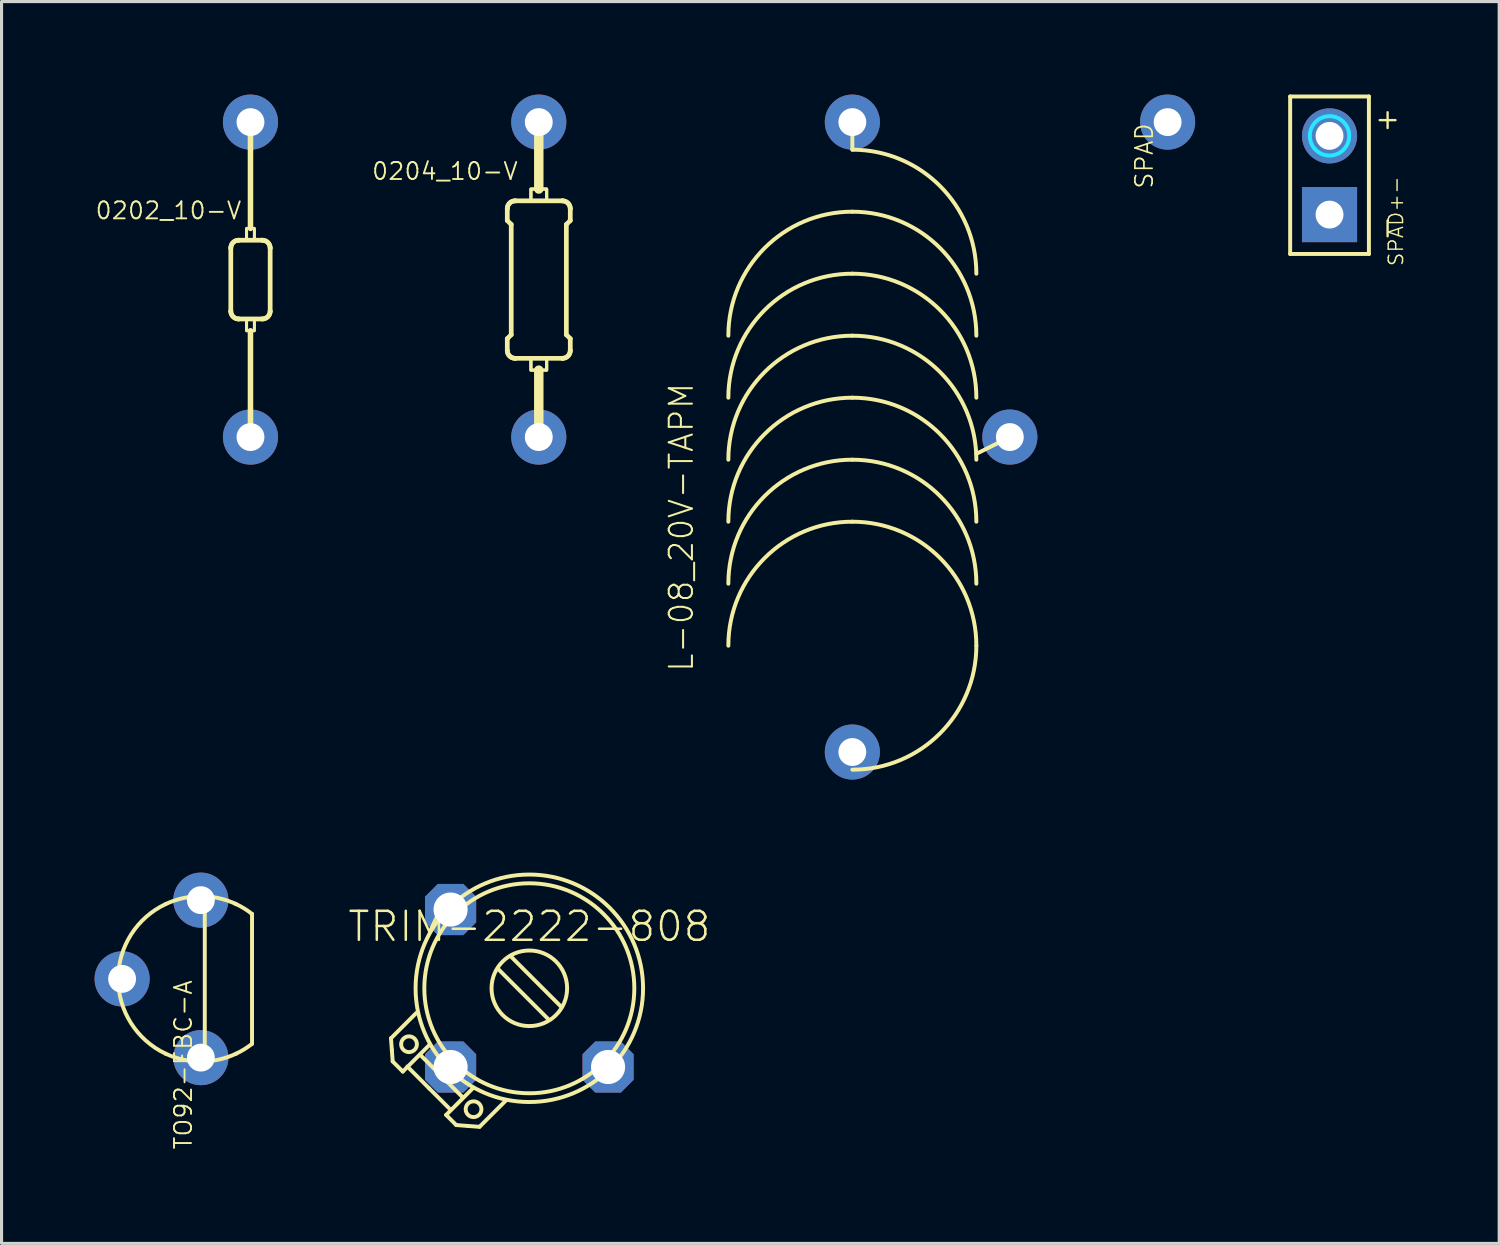
<source format=kicad_pcb>
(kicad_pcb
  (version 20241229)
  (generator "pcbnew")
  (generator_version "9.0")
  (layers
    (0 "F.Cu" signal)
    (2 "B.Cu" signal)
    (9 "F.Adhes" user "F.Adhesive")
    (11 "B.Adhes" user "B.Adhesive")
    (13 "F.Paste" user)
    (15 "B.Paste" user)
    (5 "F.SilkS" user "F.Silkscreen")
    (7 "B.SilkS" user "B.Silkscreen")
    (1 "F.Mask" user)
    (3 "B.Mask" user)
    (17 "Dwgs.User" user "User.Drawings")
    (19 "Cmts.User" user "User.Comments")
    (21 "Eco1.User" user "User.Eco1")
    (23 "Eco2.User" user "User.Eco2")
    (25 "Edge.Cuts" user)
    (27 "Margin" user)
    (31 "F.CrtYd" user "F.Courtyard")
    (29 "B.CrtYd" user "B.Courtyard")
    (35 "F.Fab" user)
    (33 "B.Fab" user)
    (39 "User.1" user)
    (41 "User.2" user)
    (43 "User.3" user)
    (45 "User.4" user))
  (footprint "SPAD+-"
    (layer "F.Cu")
    (at 39.838 2.603)
    (property "Reference" "SPAD+-" (at 1.873 0 90) (layer "F.SilkS") (effects (font (size 0.462 0.462) (thickness 0.046)) (justify right top)))
    (fp_line (start -1.27 -2.54) (end -1.27 2.54) (stroke (width 0.127) (type solid)) (layer "F.SilkS"))
    (fp_line (start -1.27 2.54) (end 1.27 2.54) (stroke (width 0.127) (type solid)) (layer "F.SilkS"))
    (fp_line (start 1.27 -2.54) (end -1.27 -2.54) (stroke (width 0.127) (type solid)) (layer "F.SilkS"))
    (fp_line (start 1.27 2.54) (end 1.27 -2.54) (stroke (width 0.127) (type solid)) (layer "F.SilkS"))
    (fp_line (start 1.619 -1.778) (end 2.127 -1.778) (stroke (width 0.076) (type solid)) (layer "F.SilkS"))
    (fp_line (start 1.873 -1.524) (end 1.873 -2.032) (stroke (width 0.076) (type solid)) (layer "F.SilkS"))
    (fp_line (start 1.873 1.968) (end 1.873 1.46) (stroke (width 0.076) (type solid)) (layer "F.SilkS"))
    (fp_circle (center 0 -1.27) (end 0.635 -1.27) (stroke (width 0.127) (type solid)) (fill no) (layer "B.CrtYd"))
    (pad "1" thru_hole rect (at 0 1.27) (size 1.778 1.778) (drill 0.9) (layers "*.Cu"))
    (pad "2" thru_hole circle (at 0 -1.27) (size 1.778 1.778) (drill 0.9) (layers "*.Cu")))
  (footprint "TO92-EBC-A"
    (layer "F.Cu")
    (at 3.429 28.527)
    (property "Reference" "TO92-EBC-A" (at -0.889 0 90) (layer "F.SilkS") (effects (font (size 0.549 0.549) (thickness 0.061)) (justify right top)))
    (fp_line (start 0.127 -2.664) (end 0.127 2.664) (stroke (width 0.127) (type solid)) (layer "F.SilkS"))
    (fp_line (start 1.651 2.095) (end 1.651 -2.095) (stroke (width 0.127) (type solid)) (layer "F.SilkS"))
    (fp_arc (start -1.1359 -2.413) (mid -0.519825 -2.615858) (end 0.127 -2.664) (stroke (width 0.127) (type solid)) (layer "F.SilkS"))
    (fp_arc (start -1.1359 2.413) (mid -2.666986 0.000001) (end -1.135901 -2.412999) (stroke (width 0.127) (type solid)) (layer "F.SilkS"))
    (fp_arc (start 0.127 -2.664) (mid 0.643799 -2.588137) (end 1.1359 -2.413) (stroke (width 0.127) (type solid)) (layer "F.SilkS"))
    (fp_arc (start 0.127 2.664) (mid -0.519825 2.615858) (end -1.1359 2.413) (stroke (width 0.127) (type solid)) (layer "F.SilkS"))
    (fp_arc (start 1.1118 -2.4247) (mid 1.391201 -2.275878) (end 1.651 -2.095) (stroke (width 0.127) (type solid)) (layer "F.SilkS"))
    (fp_arc (start 1.1359 2.413) (mid 0.643799 2.588137) (end 0.127 2.664) (stroke (width 0.127) (type solid)) (layer "F.SilkS"))
    (fp_arc (start 1.651 2.095) (mid 1.40252 2.268918) (end 1.1359 2.4135) (stroke (width 0.127) (type solid)) (layer "F.SilkS"))
    (pad "B" thru_hole circle (at -2.54 0 180) (size 1.778 1.778) (drill 0.9) (layers "*.Cu" "*.Mask"))
    (pad "C" thru_hole circle (at 0 -2.54 180) (size 1.778 1.778) (drill 0.9) (layers "*.Cu" "*.Mask"))
    (pad "E" thru_hole circle (at 0 2.54 180) (size 1.778 1.778) (drill 0.9) (layers "*.Cu" "*.Mask")))
  (footprint "0202_10-V"
    (layer "F.Cu")
    (at 5.03 5.969)
    (property "Reference" "0202_10-V" (at -0.254 -1.905 0) (layer "F.SilkS") (effects (font (size 0.549 0.549) (thickness 0.061)) (justify right bottom)))
    (fp_line (start -0.635 -1.016) (end -0.635 1.016) (stroke (width 0.152) (type solid)) (layer "F.SilkS"))
    (fp_line (start 0 -5.08) (end 0 -1.651) (stroke (width 0.178) (type solid)) (layer "F.SilkS"))
    (fp_line (start 0 5.08) (end 0 1.651) (stroke (width 0.178) (type solid)) (layer "F.SilkS"))
    (fp_line (start 0.381 -1.27) (end -0.381 -1.27) (stroke (width 0.152) (type solid)) (layer "F.SilkS"))
    (fp_line (start 0.381 1.27) (end -0.381 1.27) (stroke (width 0.152) (type solid)) (layer "F.SilkS"))
    (fp_line (start 0.635 -1.016) (end 0.635 1.016) (stroke (width 0.152) (type solid)) (layer "F.SilkS"))
    (fp_arc (start -0.635 -1.016) (mid -0.560605 -1.195605) (end -0.381 -1.27) (stroke (width 0.1524) (type solid)) (layer "F.SilkS"))
    (fp_arc (start -0.635 -1.016) (mid -0.560605 -1.195605) (end -0.381 -1.27) (stroke (width 0.1524) (type solid)) (layer "F.SilkS"))
    (fp_arc (start -0.381 1.27) (mid -0.560605 1.195605) (end -0.635 1.016) (stroke (width 0.1524) (type solid)) (layer "F.SilkS"))
    (fp_arc (start -0.381 1.27) (mid -0.560605 1.195605) (end -0.635 1.016) (stroke (width 0.1524) (type solid)) (layer "F.SilkS"))
    (fp_arc (start 0.381 -1.27) (mid 0.560605 -1.195605) (end 0.635 -1.016) (stroke (width 0.1524) (type solid)) (layer "F.SilkS"))
    (fp_arc (start 0.381 -1.27) (mid 0.560605 -1.195605) (end 0.635 -1.016) (stroke (width 0.1524) (type solid)) (layer "F.SilkS"))
    (fp_arc (start 0.635 1.016) (mid 0.560605 1.195605) (end 0.381 1.27) (stroke (width 0.1524) (type solid)) (layer "F.SilkS"))
    (fp_arc (start 0.635 1.016) (mid 0.560605 1.195605) (end 0.381 1.27) (stroke (width 0.1524) (type solid)) (layer "F.SilkS"))
    (fp_poly (pts (xy 0.127 -1.27) (xy 0.127 -1.651) (xy -0.127 -1.651) (xy -0.127 -1.27)) (stroke (width 0.1) (type solid)) (fill no) (layer "F.SilkS"))
    (fp_poly (pts (xy 0.127 1.651) (xy 0.127 1.27) (xy -0.127 1.27) (xy -0.127 1.651)) (stroke (width 0.1) (type solid)) (fill no) (layer "F.SilkS"))
    (pad "1" thru_hole circle (at 0 -5.08) (size 1.778 1.778) (drill 0.9) (layers "*.Cu" "*.Mask"))
    (pad "2" thru_hole circle (at 0 5.08) (size 1.778 1.778) (drill 0.9) (layers "*.Cu" "*.Mask")))
  (footprint "L-08_20V-TAPM"
    (layer "F.Cu")
    (at 24.445 11.049)
    (property "Reference" "L-08_20V-TAPM" (at -5.08 7.62 90) (layer "F.SilkS") (effects (font (size 0.748 0.748) (thickness 0.065)) (justify left bottom)))
    (fp_line (start 0 -10.16) (end 0 -9.27) (stroke (width 0.127) (type solid)) (layer "F.SilkS"))
    (fp_line (start 5.08 0) (end 4 0.54) (stroke (width 0.127) (type solid)) (layer "F.SilkS"))
    (fp_arc (start -4.000001 -1.269999) (mid -2.828428 -4.098427) (end 0 -5.27) (stroke (width 0.127) (type solid)) (layer "F.SilkS"))
    (fp_arc (start -4 -3.27) (mid -2.828427 -6.098427) (end 0 -7.27) (stroke (width 0.127) (type solid)) (layer "F.SilkS"))
    (fp_arc (start -4 0.73) (mid -2.828427 -2.098427) (end 0 -3.27) (stroke (width 0.127) (type solid)) (layer "F.SilkS"))
    (fp_arc (start -4 2.73) (mid -2.828427 -0.098427) (end 0 -1.27) (stroke (width 0.127) (type solid)) (layer "F.SilkS"))
    (fp_arc (start -4 4.73) (mid -2.828427 1.901573) (end 0 0.73) (stroke (width 0.127) (type solid)) (layer "F.SilkS"))
    (fp_arc (start -4 6.73) (mid -2.828427 3.901573) (end 0 2.73) (stroke (width 0.127) (type solid)) (layer "F.SilkS"))
    (fp_arc (start 0 -9.27) (mid 2.828427 -8.098427) (end 4 -5.27) (stroke (width 0.127) (type solid)) (layer "F.SilkS"))
    (fp_arc (start 0 -7.27) (mid 2.828427 -6.098427) (end 4 -3.27) (stroke (width 0.127) (type solid)) (layer "F.SilkS"))
    (fp_arc (start 0 -5.27) (mid 2.828428 -4.098427) (end 4.000001 -1.269999) (stroke (width 0.127) (type solid)) (layer "F.SilkS"))
    (fp_arc (start 0 -3.27) (mid 2.828427 -2.098427) (end 4 0.73) (stroke (width 0.127) (type solid)) (layer "F.SilkS"))
    (fp_arc (start 0 -1.27) (mid 2.828427 -0.098427) (end 4 2.73) (stroke (width 0.127) (type solid)) (layer "F.SilkS"))
    (fp_arc (start 0 0.73) (mid 2.828427 1.901573) (end 4 4.73) (stroke (width 0.127) (type solid)) (layer "F.SilkS"))
    (fp_arc (start 0 2.73) (mid 2.828427 3.901573) (end 4 6.73) (stroke (width 0.127) (type solid)) (layer "F.SilkS"))
    (fp_arc (start 4 6.73) (mid 2.828427 9.558427) (end 0 10.73) (stroke (width 0.127) (type solid)) (layer "F.SilkS"))
    (pad "1" thru_hole circle (at 0 -10.16) (size 1.778 1.778) (drill 0.9) (layers "*.Cu" "*.Mask"))
    (pad "2" thru_hole circle (at 0 10.16) (size 1.778 1.778) (drill 0.9) (layers "*.Cu" "*.Mask"))
    (pad "T" thru_hole circle (at 5.08 0) (size 1.778 1.778) (drill 0.9) (layers "*.Cu" "*.Mask")))
  (footprint "SPAD"
    (layer "F.Cu")
    (at 34.615 0.889)
    (property "Reference" "SPAD" (at -1.079 0 90) (layer "F.SilkS") (effects (font (size 0.555 0.555) (thickness 0.055)) (justify right top)))
    (pad "1" thru_hole circle (at 0 0) (size 1.778 1.778) (drill 0.9) (layers "*.Cu")))
  (footprint "TRIM-2222-808"
    (layer "F.Cu")
    (at 14.025 28.83)
    (property "Reference" "TRIM-2222-808" (at 0 -2.54 0) (layer "F.SilkS") (effects (font (size 0.935 0.935) (thickness 0.081)) (justify top)))
    (fp_line (start -4.463 1.613) (end -4.435 1.987) (stroke (width 0.127) (type solid)) (layer "F.SilkS"))
    (fp_line (start -4.435 1.987) (end -4.408 2.36) (stroke (width 0.127) (type solid)) (layer "F.SilkS"))
    (fp_line (start -4.408 2.36) (end -4.082 2.686) (stroke (width 0.127) (type solid)) (layer "F.SilkS"))
    (fp_line (start -4.082 2.686) (end -3.232 1.836) (stroke (width 0.127) (type solid)) (layer "F.SilkS"))
    (fp_line (start -3.934 2.525) (end -3.228 3.231) (stroke (width 0.127) (type solid)) (layer "F.SilkS"))
    (fp_line (start -3.648 0.798) (end -4.463 1.613) (stroke (width 0.127) (type solid)) (layer "F.SilkS"))
    (fp_line (start -3.523 2.144) (end -2.149 3.518) (stroke (width 0.127) (type solid)) (layer "F.SilkS"))
    (fp_line (start -2.683 4.086) (end -2.357 4.412) (stroke (width 0.127) (type solid)) (layer "F.SilkS"))
    (fp_line (start -2.585 3.874) (end -3.228 3.231) (stroke (width 0.127) (type solid)) (layer "F.SilkS"))
    (fp_line (start -2.357 4.412) (end -1.982 4.441) (stroke (width 0.127) (type solid)) (layer "F.SilkS"))
    (fp_line (start -1.982 4.441) (end -1.607 4.469) (stroke (width 0.127) (type solid)) (layer "F.SilkS"))
    (fp_line (start -1.833 3.236) (end -2.683 4.086) (stroke (width 0.127) (type solid)) (layer "F.SilkS"))
    (fp_line (start -1.607 4.469) (end -0.751 3.614) (stroke (width 0.127) (type solid)) (layer "F.SilkS"))
    (fp_line (start 0.634 1.018) (end -1.019 -0.635) (stroke (width 0.127) (type solid)) (layer "F.SilkS"))
    (fp_line (start 1.042 0.611) (end -0.611 -1.042) (stroke (width 0.127) (type solid)) (layer "F.SilkS"))
    (fp_circle (center -3.881 1.805) (end -3.627 1.805) (stroke (width 0.127) (type solid)) (fill no) (layer "F.SilkS"))
    (fp_circle (center -1.799 3.901) (end -1.545 3.901) (stroke (width 0.127) (type solid)) (fill no) (layer "F.SilkS"))
    (fp_circle (center 0 0) (end 1.219 0) (stroke (width 0.127) (type solid)) (fill no) (layer "F.SilkS"))
    (fp_circle (center 0 0) (end 3.387 0) (stroke (width 0.127) (type solid)) (fill no) (layer "F.SilkS"))
    (fp_circle (center 0 0) (end 3.669 0) (stroke (width 0.127) (type solid)) (fill no) (layer "F.SilkS"))
    (pad "1" thru_hole roundrect (at -2.54 -2.54) (size 1.65 1.65) (drill 1.1) (layers "*.Cu" "*.Mask") (roundrect_rratio 0.25) (chamfer_ratio 0.25) (chamfer top_left top_right bottom_left bottom_right))
    (pad "2" thru_hole roundrect (at -2.54 2.54) (size 1.65 1.65) (drill 1.1) (layers "*.Cu" "*.Mask") (roundrect_rratio 0.25) (chamfer_ratio 0.25) (chamfer top_left top_right bottom_left bottom_right))
    (pad "3" thru_hole roundrect (at 2.54 2.54) (size 1.65 1.65) (drill 1.1) (layers "*.Cu" "*.Mask") (roundrect_rratio 0.25) (chamfer_ratio 0.25) (chamfer top_left top_right bottom_left bottom_right)))
  (footprint "0204_10-V"
    (layer "F.Cu")
    (at 14.33 5.969)
    (property "Reference" "0204_10-V" (at -0.635 -3.175 0) (layer "F.SilkS") (effects (font (size 0.549 0.549) (thickness 0.061)) (justify right bottom)))
    (fp_line (start -1.016 -2.286) (end -1.016 -1.905) (stroke (width 0.152) (type solid)) (layer "F.SilkS"))
    (fp_line (start -1.016 2.286) (end -1.016 1.905) (stroke (width 0.152) (type solid)) (layer "F.SilkS"))
    (fp_line (start -0.889 -1.778) (end -1.016 -1.905) (stroke (width 0.152) (type solid)) (layer "F.SilkS"))
    (fp_line (start -0.889 1.778) (end -1.016 1.905) (stroke (width 0.152) (type solid)) (layer "F.SilkS"))
    (fp_line (start -0.889 1.778) (end -0.889 -1.778) (stroke (width 0.152) (type solid)) (layer "F.SilkS"))
    (fp_line (start -0.762 -2.54) (end 0.762 -2.54) (stroke (width 0.152) (type solid)) (layer "F.SilkS"))
    (fp_line (start -0.762 2.54) (end 0.762 2.54) (stroke (width 0.152) (type solid)) (layer "F.SilkS"))
    (fp_line (start 0 -5.08) (end 0 -2.921) (stroke (width 0.305) (type solid)) (layer "F.SilkS"))
    (fp_line (start 0 5.08) (end 0 2.921) (stroke (width 0.305) (type solid)) (layer "F.SilkS"))
    (fp_line (start 0.889 -1.778) (end 1.016 -1.905) (stroke (width 0.152) (type solid)) (layer "F.SilkS"))
    (fp_line (start 0.889 1.778) (end 0.889 -1.778) (stroke (width 0.152) (type solid)) (layer "F.SilkS"))
    (fp_line (start 0.889 1.778) (end 1.016 1.905) (stroke (width 0.152) (type solid)) (layer "F.SilkS"))
    (fp_line (start 1.016 -2.286) (end 1.016 -1.905) (stroke (width 0.152) (type solid)) (layer "F.SilkS"))
    (fp_line (start 1.016 2.286) (end 1.016 1.905) (stroke (width 0.152) (type solid)) (layer "F.SilkS"))
    (fp_arc (start -1.016 -2.286) (mid -0.941605 -2.465605) (end -0.762 -2.54) (stroke (width 0.1524) (type solid)) (layer "F.SilkS"))
    (fp_arc (start -1.016 -2.286) (mid -0.941605 -2.465605) (end -0.762 -2.54) (stroke (width 0.1524) (type solid)) (layer "F.SilkS"))
    (fp_arc (start -0.762 2.54) (mid -0.941605 2.465605) (end -1.016 2.286) (stroke (width 0.1524) (type solid)) (layer "F.SilkS"))
    (fp_arc (start -0.762 2.54) (mid -0.941605 2.465605) (end -1.016 2.286) (stroke (width 0.1524) (type solid)) (layer "F.SilkS"))
    (fp_arc (start 0.762 -2.54) (mid 0.941605 -2.465605) (end 1.016 -2.286) (stroke (width 0.1524) (type solid)) (layer "F.SilkS"))
    (fp_arc (start 0.762 -2.54) (mid 0.941605 -2.465605) (end 1.016 -2.286) (stroke (width 0.1524) (type solid)) (layer "F.SilkS"))
    (fp_arc (start 1.016 2.286) (mid 0.941605 2.465605) (end 0.762 2.54) (stroke (width 0.1524) (type solid)) (layer "F.SilkS"))
    (fp_arc (start 1.016 2.286) (mid 0.941605 2.465605) (end 0.762 2.54) (stroke (width 0.1524) (type solid)) (layer "F.SilkS"))
    (fp_poly (pts (xy -0.254 -2.921) (xy -0.254 -2.54) (xy 0.254 -2.54) (xy 0.254 -2.921)) (stroke (width 0.1) (type solid)) (fill no) (layer "F.SilkS"))
    (fp_poly (pts (xy -0.254 -2.921) (xy -0.254 -2.54) (xy 0.254 -2.54) (xy 0.254 -2.921)) (stroke (width 0.1) (type solid)) (fill no) (layer "F.SilkS"))
    (fp_poly (pts (xy -0.254 2.54) (xy -0.254 2.921) (xy 0.254 2.921) (xy 0.254 2.54)) (stroke (width 0.1) (type solid)) (fill no) (layer "F.SilkS"))
    (fp_poly (pts (xy -0.254 2.54) (xy -0.254 2.921) (xy 0.254 2.921) (xy 0.254 2.54)) (stroke (width 0.1) (type solid)) (fill no) (layer "F.SilkS"))
    (pad "1" thru_hole circle (at 0 -5.08) (size 1.778 1.778) (drill 0.9) (layers "*.Cu" "*.Mask"))
    (pad "2" thru_hole circle (at 0 5.08) (size 1.778 1.778) (drill 0.9) (layers "*.Cu" "*.Mask")))
  (gr_rect
    (start -3 -3)
    (end 45.311 37.06)
    (stroke (width 0.1) (type default))
    (fill no)
    (layer "Edge.Cuts")))
</source>
